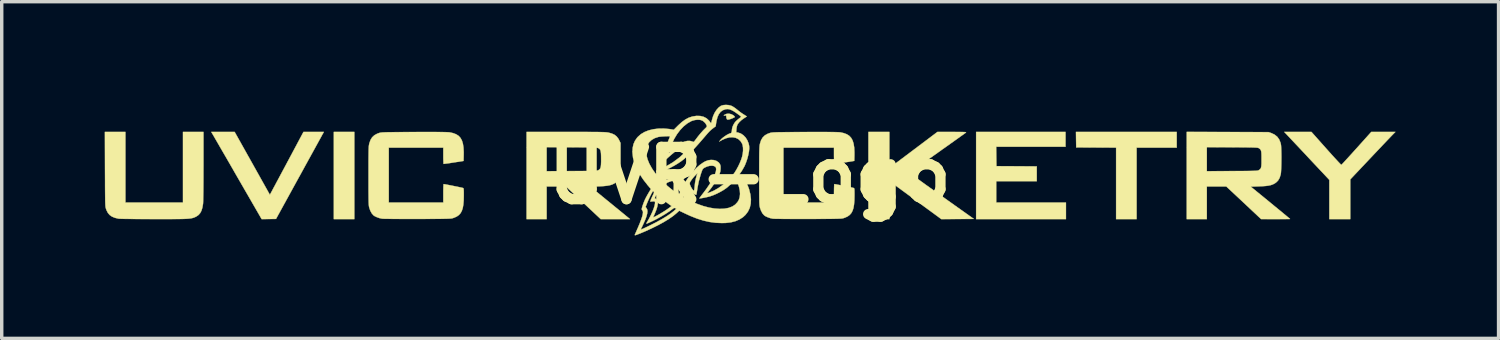
<source format=kicad_pcb>
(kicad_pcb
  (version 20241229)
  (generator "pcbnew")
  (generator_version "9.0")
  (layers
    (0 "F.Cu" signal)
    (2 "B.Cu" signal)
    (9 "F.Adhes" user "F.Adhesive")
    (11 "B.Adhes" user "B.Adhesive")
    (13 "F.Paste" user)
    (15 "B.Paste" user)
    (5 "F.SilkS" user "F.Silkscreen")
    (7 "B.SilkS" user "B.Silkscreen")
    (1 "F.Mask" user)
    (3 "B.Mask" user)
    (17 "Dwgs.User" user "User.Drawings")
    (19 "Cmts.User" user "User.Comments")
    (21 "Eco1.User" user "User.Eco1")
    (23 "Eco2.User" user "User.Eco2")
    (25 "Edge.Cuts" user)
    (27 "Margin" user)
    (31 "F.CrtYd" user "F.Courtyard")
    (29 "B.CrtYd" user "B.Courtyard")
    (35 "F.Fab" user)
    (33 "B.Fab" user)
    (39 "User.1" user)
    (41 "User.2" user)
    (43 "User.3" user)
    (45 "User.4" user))
  (footprint "UVR-Logo"
    (layer "F.Cu")
    (at 18.789 2.062)
    (property "Reference" "UVR-Logo" (at 0 0 0) (layer "F.SilkS") (effects (font (size 1.524 1.524) (thickness 0.3))))
    (attr through_hole)
    (fp_poly (pts (xy -11.519 1.27) (xy -12.116 1.27) (xy -12.116 -1.27) (xy -11.519 -1.27) (xy -11.519 1.27)) (stroke (width 0.01) (type solid)) (fill yes) (layer "F.SilkS"))
    (fp_poly (pts (xy 12.433 -0.813) (xy 11.265 -0.813) (xy 11.265 1.27) (xy 10.668 1.27) (xy 10.668 -0.813) (xy 9.506 -0.819) (xy 9.502 -1.045) (xy 9.499 -1.27) (xy 12.433 -1.27) (xy 12.433 -0.813)) (stroke (width 0.01) (type solid)) (fill yes) (layer "F.SilkS"))
    (fp_poly (pts (xy 9.195 -0.838) (xy 7.175 -0.838) (xy 7.182 -0.273) (xy 7.769 -0.27) (xy 8.357 -0.266) (xy 8.357 0.165) (xy 7.176 0.165) (xy 7.176 0.787) (xy 9.207 0.787) (xy 9.207 1.27) (xy 6.591 1.27) (xy 6.591 -1.27) (xy 9.195 -1.27) (xy 9.195 -0.838)) (stroke (width 0.01) (type solid)) (fill yes) (layer "F.SilkS"))
    (fp_poly (pts (xy -0.539 -1.785) (xy -0.481 -1.755) (xy -0.452 -1.729) (xy -0.44 -1.714) (xy -0.439 -1.703) (xy -0.453 -1.692) (xy -0.487 -1.676) (xy -0.497 -1.671) (xy -0.544 -1.652) (xy -0.589 -1.637) (xy -0.612 -1.632) (xy -0.645 -1.628) (xy -0.663 -1.636) (xy -0.672 -1.649) (xy -0.682 -1.68) (xy -0.686 -1.715) (xy -0.688 -1.743) (xy -0.699 -1.751) (xy -0.724 -1.748) (xy -0.753 -1.744) (xy -0.759 -1.749) (xy -0.743 -1.764) (xy -0.721 -1.778) (xy -0.666 -1.798) (xy -0.603 -1.8) (xy -0.539 -1.785)) (stroke (width 0.01) (type solid)) (fill yes) (layer "F.SilkS"))
    (fp_poly (pts (xy -12.433 -1.222) (xy -12.443 -1.205) (xy -12.464 -1.167) (xy -12.495 -1.109) (xy -12.537 -1.034) (xy -12.587 -0.943) (xy -12.645 -0.837) (xy -12.711 -0.717) (xy -12.783 -0.586) (xy -12.861 -0.445) (xy -12.944 -0.294) (xy -13.03 -0.137) (xy -13.12 0.027) (xy -13.13 0.044) (xy -13.8 1.264) (xy -14.009 1.267) (xy -14.218 1.27) (xy -14.92 0.054) (xy -15.014 -0.109) (xy -15.104 -0.266) (xy -15.191 -0.417) (xy -15.273 -0.559) (xy -15.35 -0.691) (xy -15.42 -0.812) (xy -15.482 -0.92) (xy -15.536 -1.013) (xy -15.581 -1.091) (xy -15.616 -1.152) (xy -15.64 -1.193) (xy -15.653 -1.215) (xy -15.654 -1.216) (xy -15.686 -1.27) (xy -15.345 -1.27) (xy -15.005 -1.27) (xy -14.492 -0.355) (xy -13.979 0.561) (xy -13.942 0.493) (xy -13.93 0.471) (xy -13.907 0.428) (xy -13.875 0.367) (xy -13.833 0.29) (xy -13.784 0.197) (xy -13.727 0.092) (xy -13.665 -0.025) (xy -13.598 -0.15) (xy -13.527 -0.282) (xy -13.454 -0.42) (xy -13.452 -0.422) (xy -13 -1.27) (xy -12.406 -1.27) (xy -12.433 -1.222)) (stroke (width 0.01) (type solid)) (fill yes) (layer "F.SilkS"))
    (fp_poly (pts (xy 18.706 -1.172) (xy 18.68 -1.145) (xy 18.639 -1.102) (xy 18.583 -1.044) (xy 18.516 -0.973) (xy 18.439 -0.892) (xy 18.353 -0.801) (xy 18.26 -0.703) (xy 18.163 -0.601) (xy 18.063 -0.495) (xy 18.049 -0.48) (xy 17.488 0.113) (xy 17.488 1.27) (xy 16.878 1.27) (xy 16.878 0.127) (xy 16.273 -0.517) (xy 16.171 -0.627) (xy 16.072 -0.732) (xy 15.979 -0.831) (xy 15.893 -0.922) (xy 15.816 -1.004) (xy 15.749 -1.075) (xy 15.694 -1.134) (xy 15.652 -1.178) (xy 15.625 -1.207) (xy 15.616 -1.216) (xy 15.565 -1.27) (xy 16.357 -1.27) (xy 16.786 -0.788) (xy 16.869 -0.695) (xy 16.948 -0.607) (xy 17.02 -0.528) (xy 17.085 -0.458) (xy 17.139 -0.399) (xy 17.182 -0.354) (xy 17.211 -0.324) (xy 17.226 -0.31) (xy 17.228 -0.31) (xy 17.238 -0.32) (xy 17.264 -0.346) (xy 17.304 -0.389) (xy 17.355 -0.445) (xy 17.417 -0.512) (xy 17.488 -0.59) (xy 17.565 -0.675) (xy 17.648 -0.767) (xy 17.67 -0.791) (xy 18.1 -1.27) (xy 18.451 -1.27) (xy 18.802 -1.27) (xy 18.706 -1.172)) (stroke (width 0.01) (type solid)) (fill yes) (layer "F.SilkS"))
    (fp_poly (pts (xy 4.064 -0.217) (xy 4.764 -0.743) (xy 5.464 -1.27) (xy 5.891 -1.27) (xy 6.007 -1.269) (xy 6.099 -1.269) (xy 6.171 -1.268) (xy 6.224 -1.267) (xy 6.261 -1.265) (xy 6.284 -1.263) (xy 6.296 -1.26) (xy 6.298 -1.255) (xy 6.293 -1.25) (xy 6.293 -1.25) (xy 6.279 -1.239) (xy 6.245 -1.215) (xy 6.195 -1.179) (xy 6.128 -1.132) (xy 6.048 -1.074) (xy 5.955 -1.008) (xy 5.851 -0.934) (xy 5.739 -0.854) (xy 5.618 -0.769) (xy 5.492 -0.679) (xy 5.48 -0.67) (xy 5.354 -0.581) (xy 5.233 -0.495) (xy 5.12 -0.414) (xy 5.015 -0.339) (xy 4.922 -0.272) (xy 4.84 -0.214) (xy 4.773 -0.165) (xy 4.721 -0.128) (xy 4.687 -0.102) (xy 4.671 -0.09) (xy 4.67 -0.09) (xy 4.667 -0.086) (xy 4.668 -0.08) (xy 4.672 -0.072) (xy 4.682 -0.061) (xy 4.699 -0.045) (xy 4.724 -0.024) (xy 4.759 0.003) (xy 4.803 0.036) (xy 4.859 0.078) (xy 4.929 0.128) (xy 5.012 0.188) (xy 5.11 0.259) (xy 5.226 0.341) (xy 5.358 0.436) (xy 5.51 0.544) (xy 5.585 0.597) (xy 6.523 1.264) (xy 5.577 1.27) (xy 4.824 0.717) (xy 4.07 0.164) (xy 4.067 0.717) (xy 4.064 1.27) (xy 3.454 1.27) (xy 3.454 -1.27) (xy 4.064 -1.27) (xy 4.064 -0.217)) (stroke (width 0.01) (type solid)) (fill yes) (layer "F.SilkS"))
    (fp_poly (pts (xy -18.186 0.787) (xy -16.51 0.787) (xy -16.51 -1.27) (xy -15.913 -1.27) (xy -15.913 -0.27) (xy -15.914 -0.1) (xy -15.914 0.061) (xy -15.915 0.212) (xy -15.916 0.352) (xy -15.917 0.477) (xy -15.919 0.587) (xy -15.921 0.678) (xy -15.922 0.75) (xy -15.924 0.8) (xy -15.926 0.826) (xy -15.945 0.936) (xy -15.972 1.024) (xy -16.009 1.094) (xy -16.056 1.148) (xy -16.116 1.19) (xy -16.129 1.197) (xy -16.155 1.21) (xy -16.181 1.221) (xy -16.208 1.231) (xy -16.237 1.239) (xy -16.271 1.246) (xy -16.312 1.252) (xy -16.361 1.257) (xy -16.419 1.261) (xy -16.49 1.264) (xy -16.574 1.266) (xy -16.674 1.267) (xy -16.791 1.268) (xy -16.927 1.269) (xy -17.085 1.269) (xy -17.264 1.269) (xy -17.359 1.269) (xy -17.514 1.268) (xy -17.664 1.268) (xy -17.805 1.267) (xy -17.936 1.266) (xy -18.054 1.264) (xy -18.157 1.263) (xy -18.244 1.262) (xy -18.312 1.26) (xy -18.359 1.258) (xy -18.382 1.257) (xy -18.382 1.257) (xy -18.49 1.232) (xy -18.576 1.197) (xy -18.644 1.15) (xy -18.697 1.088) (xy -18.738 1.009) (xy -18.748 0.979) (xy -18.753 0.964) (xy -18.758 0.949) (xy -18.762 0.933) (xy -18.765 0.913) (xy -18.768 0.889) (xy -18.77 0.858) (xy -18.772 0.819) (xy -18.774 0.769) (xy -18.775 0.708) (xy -18.776 0.633) (xy -18.777 0.543) (xy -18.778 0.437) (xy -18.779 0.311) (xy -18.779 0.166) (xy -18.78 -0.002) (xy -18.781 -0.187) (xy -18.784 -1.27) (xy -18.186 -1.27) (xy -18.186 0.787)) (stroke (width 0.01) (type solid)) (fill yes) (layer "F.SilkS"))
    (fp_poly (pts (xy 15.107 -1.264) (xy 15.191 -1.235) (xy 15.284 -1.191) (xy 15.361 -1.129) (xy 15.418 -1.049) (xy 15.457 -0.953) (xy 15.467 -0.908) (xy 15.473 -0.866) (xy 15.476 -0.803) (xy 15.479 -0.724) (xy 15.481 -0.633) (xy 15.482 -0.535) (xy 15.481 -0.434) (xy 15.48 -0.335) (xy 15.477 -0.242) (xy 15.474 -0.16) (xy 15.47 -0.093) (xy 15.464 -0.045) (xy 15.462 -0.033) (xy 15.431 0.067) (xy 15.385 0.146) (xy 15.325 0.205) (xy 15.278 0.236) (xy 15.229 0.26) (xy 15.175 0.279) (xy 15.11 0.293) (xy 15.033 0.304) (xy 14.938 0.311) (xy 14.822 0.316) (xy 14.816 0.316) (xy 14.589 0.324) (xy 15.162 0.792) (xy 15.266 0.878) (xy 15.364 0.958) (xy 15.455 1.032) (xy 15.535 1.099) (xy 15.605 1.156) (xy 15.661 1.203) (xy 15.703 1.238) (xy 15.728 1.259) (xy 15.735 1.266) (xy 15.723 1.267) (xy 15.688 1.268) (xy 15.634 1.268) (xy 15.564 1.269) (xy 15.479 1.269) (xy 15.384 1.27) (xy 15.313 1.27) (xy 14.891 1.269) (xy 14.384 0.793) (xy 13.876 0.318) (xy 13.31 0.318) (xy 13.31 1.27) (xy 12.725 1.27) (xy 12.725 -0.126) (xy 13.31 -0.126) (xy 14.05 -0.13) (xy 14.207 -0.131) (xy 14.34 -0.131) (xy 14.451 -0.132) (xy 14.544 -0.133) (xy 14.619 -0.135) (xy 14.678 -0.136) (xy 14.724 -0.138) (xy 14.759 -0.14) (xy 14.784 -0.143) (xy 14.802 -0.147) (xy 14.815 -0.151) (xy 14.824 -0.155) (xy 14.824 -0.156) (xy 14.851 -0.175) (xy 14.871 -0.194) (xy 14.885 -0.219) (xy 14.894 -0.252) (xy 14.9 -0.297) (xy 14.903 -0.359) (xy 14.903 -0.441) (xy 14.903 -0.476) (xy 14.903 -0.566) (xy 14.901 -0.635) (xy 14.897 -0.686) (xy 14.889 -0.723) (xy 14.876 -0.75) (xy 14.859 -0.771) (xy 14.835 -0.79) (xy 14.824 -0.797) (xy 14.816 -0.801) (xy 14.804 -0.806) (xy 14.787 -0.809) (xy 14.762 -0.812) (xy 14.729 -0.814) (xy 14.684 -0.816) (xy 14.626 -0.818) (xy 14.553 -0.819) (xy 14.463 -0.82) (xy 14.354 -0.821) (xy 14.223 -0.822) (xy 14.07 -0.823) (xy 14.05 -0.823) (xy 13.31 -0.826) (xy 13.31 -0.126) (xy 12.725 -0.126) (xy 12.725 -1.271) (xy 15.107 -1.264)) (stroke (width 0.01) (type solid)) (fill yes) (layer "F.SilkS"))
    (fp_poly (pts (xy -5.159 -1.27) (xy -4.982 -1.27) (xy -4.828 -1.27) (xy -4.694 -1.269) (xy -4.578 -1.268) (xy -4.48 -1.268) (xy -4.398 -1.267) (xy -4.33 -1.265) (xy -4.273 -1.264) (xy -4.228 -1.262) (xy -4.191 -1.259) (xy -4.162 -1.257) (xy -4.138 -1.253) (xy -4.118 -1.25) (xy -4.118 -1.25) (xy -4.02 -1.223) (xy -3.942 -1.187) (xy -3.881 -1.139) (xy -3.831 -1.075) (xy -3.807 -1.031) (xy -3.766 -0.947) (xy -3.766 -0.489) (xy -3.766 -0.358) (xy -3.766 -0.25) (xy -3.768 -0.161) (xy -3.771 -0.09) (xy -3.776 -0.033) (xy -3.783 0.013) (xy -3.792 0.049) (xy -3.804 0.079) (xy -3.82 0.105) (xy -3.839 0.131) (xy -3.856 0.151) (xy -3.9 0.196) (xy -3.948 0.232) (xy -4.005 0.26) (xy -4.073 0.282) (xy -4.155 0.297) (xy -4.256 0.308) (xy -4.377 0.315) (xy -4.409 0.316) (xy -4.646 0.324) (xy -4.188 0.699) (xy -4.089 0.779) (xy -3.993 0.858) (xy -3.901 0.933) (xy -3.816 1.002) (xy -3.742 1.063) (xy -3.679 1.114) (xy -3.632 1.153) (xy -3.609 1.172) (xy -3.49 1.27) (xy -4.342 1.27) (xy -5.358 0.318) (xy -5.918 0.318) (xy -5.918 1.27) (xy -6.502 1.27) (xy -6.502 -0.126) (xy -5.918 -0.126) (xy -5.185 -0.13) (xy -5.029 -0.131) (xy -4.897 -0.131) (xy -4.786 -0.132) (xy -4.694 -0.133) (xy -4.62 -0.135) (xy -4.56 -0.136) (xy -4.514 -0.138) (xy -4.479 -0.14) (xy -4.454 -0.143) (xy -4.435 -0.147) (xy -4.421 -0.151) (xy -4.411 -0.156) (xy -4.409 -0.156) (xy -4.383 -0.174) (xy -4.363 -0.196) (xy -4.349 -0.225) (xy -4.339 -0.267) (xy -4.334 -0.324) (xy -4.331 -0.399) (xy -4.331 -0.476) (xy -4.332 -0.57) (xy -4.335 -0.641) (xy -4.341 -0.695) (xy -4.351 -0.734) (xy -4.366 -0.762) (xy -4.387 -0.782) (xy -4.409 -0.796) (xy -4.419 -0.801) (xy -4.433 -0.805) (xy -4.45 -0.809) (xy -4.475 -0.812) (xy -4.508 -0.814) (xy -4.553 -0.816) (xy -4.61 -0.818) (xy -4.682 -0.819) (xy -4.771 -0.82) (xy -4.879 -0.821) (xy -5.008 -0.822) (xy -5.16 -0.823) (xy -5.185 -0.823) (xy -5.918 -0.826) (xy -5.918 -0.126) (xy -6.502 -0.126) (xy -6.502 -1.27) (xy -5.359 -1.27) (xy -5.159 -1.27)) (stroke (width 0.01) (type solid)) (fill yes) (layer "F.SilkS"))
    (fp_poly (pts (xy 2.157 -1.268) (xy 2.296 -1.267) (xy 2.413 -1.266) (xy 2.506 -1.264) (xy 2.575 -1.262) (xy 2.619 -1.259) (xy 2.632 -1.258) (xy 2.736 -1.235) (xy 2.824 -1.202) (xy 2.895 -1.157) (xy 2.951 -1.097) (xy 2.993 -1.021) (xy 3.022 -0.928) (xy 3.04 -0.815) (xy 3.046 -0.681) (xy 3.046 -0.597) (xy 3.042 -0.426) (xy 2.756 -0.38) (xy 2.674 -0.367) (xy 2.6 -0.356) (xy 2.538 -0.347) (xy 2.492 -0.341) (xy 2.466 -0.339) (xy 2.461 -0.339) (xy 2.458 -0.353) (xy 2.455 -0.388) (xy 2.453 -0.44) (xy 2.452 -0.506) (xy 2.451 -0.579) (xy 2.451 -0.813) (xy 0.864 -0.813) (xy 0.864 0.787) (xy 2.451 0.787) (xy 2.451 0.521) (xy 2.452 0.442) (xy 2.453 0.371) (xy 2.455 0.314) (xy 2.457 0.273) (xy 2.46 0.252) (xy 2.461 0.25) (xy 2.475 0.252) (xy 2.509 0.257) (xy 2.56 0.267) (xy 2.623 0.279) (xy 2.694 0.293) (xy 2.768 0.308) (xy 2.842 0.323) (xy 2.911 0.337) (xy 2.97 0.35) (xy 3.017 0.361) (xy 3.019 0.362) (xy 3.03 0.365) (xy 3.037 0.372) (xy 3.042 0.385) (xy 3.046 0.409) (xy 3.047 0.447) (xy 3.048 0.503) (xy 3.048 0.581) (xy 3.048 0.583) (xy 3.045 0.726) (xy 3.035 0.846) (xy 3.018 0.946) (xy 2.991 1.028) (xy 2.955 1.095) (xy 2.907 1.149) (xy 2.847 1.192) (xy 2.773 1.226) (xy 2.724 1.243) (xy 2.709 1.246) (xy 2.69 1.25) (xy 2.663 1.253) (xy 2.628 1.255) (xy 2.583 1.257) (xy 2.526 1.259) (xy 2.455 1.26) (xy 2.369 1.262) (xy 2.265 1.262) (xy 2.143 1.263) (xy 2 1.264) (xy 1.835 1.265) (xy 1.695 1.265) (xy 1.539 1.265) (xy 1.389 1.265) (xy 1.248 1.265) (xy 1.116 1.264) (xy 0.997 1.264) (xy 0.893 1.262) (xy 0.806 1.261) (xy 0.737 1.26) (xy 0.69 1.258) (xy 0.665 1.256) (xy 0.665 1.256) (xy 0.592 1.24) (xy 0.521 1.215) (xy 0.459 1.187) (xy 0.419 1.16) (xy 0.368 1.103) (xy 0.326 1.024) (xy 0.296 0.94) (xy 0.292 0.922) (xy 0.288 0.902) (xy 0.284 0.879) (xy 0.281 0.849) (xy 0.279 0.812) (xy 0.277 0.765) (xy 0.276 0.707) (xy 0.275 0.634) (xy 0.274 0.546) (xy 0.274 0.441) (xy 0.273 0.315) (xy 0.273 0.168) (xy 0.273 0.013) (xy 0.273 -0.156) (xy 0.273 -0.302) (xy 0.274 -0.426) (xy 0.274 -0.531) (xy 0.275 -0.618) (xy 0.276 -0.69) (xy 0.278 -0.749) (xy 0.28 -0.797) (xy 0.282 -0.835) (xy 0.285 -0.866) (xy 0.288 -0.892) (xy 0.293 -0.914) (xy 0.296 -0.93) (xy 0.328 -1.029) (xy 0.374 -1.107) (xy 0.437 -1.169) (xy 0.519 -1.215) (xy 0.591 -1.241) (xy 0.607 -1.245) (xy 0.626 -1.249) (xy 0.649 -1.252) (xy 0.679 -1.255) (xy 0.717 -1.257) (xy 0.765 -1.259) (xy 0.825 -1.261) (xy 0.899 -1.262) (xy 0.988 -1.263) (xy 1.094 -1.264) (xy 1.22 -1.265) (xy 1.367 -1.266) (xy 1.537 -1.267) (xy 1.607 -1.267) (xy 1.812 -1.268) (xy 1.995 -1.268) (xy 2.157 -1.268)) (stroke (width 0.01) (type solid)) (fill yes) (layer "F.SilkS"))
    (fp_poly (pts (xy -9.222 -1.268) (xy -9.083 -1.267) (xy -8.966 -1.266) (xy -8.873 -1.264) (xy -8.804 -1.262) (xy -8.76 -1.259) (xy -8.747 -1.258) (xy -8.643 -1.235) (xy -8.556 -1.202) (xy -8.484 -1.157) (xy -8.428 -1.097) (xy -8.386 -1.021) (xy -8.357 -0.928) (xy -8.34 -0.815) (xy -8.333 -0.681) (xy -8.334 -0.597) (xy -8.338 -0.425) (xy -8.623 -0.38) (xy -8.706 -0.367) (xy -8.779 -0.356) (xy -8.841 -0.348) (xy -8.887 -0.342) (xy -8.914 -0.339) (xy -8.919 -0.339) (xy -8.922 -0.353) (xy -8.924 -0.388) (xy -8.926 -0.44) (xy -8.928 -0.506) (xy -8.928 -0.579) (xy -8.928 -0.813) (xy -10.516 -0.813) (xy -10.516 0.787) (xy -8.928 0.787) (xy -8.928 0.521) (xy -8.928 0.442) (xy -8.926 0.371) (xy -8.925 0.314) (xy -8.922 0.273) (xy -8.919 0.252) (xy -8.919 0.25) (xy -8.905 0.252) (xy -8.87 0.257) (xy -8.819 0.267) (xy -8.756 0.279) (xy -8.685 0.293) (xy -8.611 0.308) (xy -8.537 0.323) (xy -8.468 0.337) (xy -8.409 0.35) (xy -8.363 0.361) (xy -8.36 0.362) (xy -8.349 0.365) (xy -8.342 0.372) (xy -8.337 0.385) (xy -8.334 0.409) (xy -8.332 0.447) (xy -8.331 0.503) (xy -8.331 0.581) (xy -8.331 0.583) (xy -8.334 0.726) (xy -8.344 0.846) (xy -8.361 0.946) (xy -8.388 1.028) (xy -8.424 1.095) (xy -8.472 1.149) (xy -8.532 1.192) (xy -8.606 1.226) (xy -8.655 1.243) (xy -8.67 1.246) (xy -8.69 1.25) (xy -8.716 1.253) (xy -8.751 1.255) (xy -8.796 1.257) (xy -8.853 1.259) (xy -8.924 1.26) (xy -9.01 1.262) (xy -9.114 1.262) (xy -9.236 1.263) (xy -9.379 1.264) (xy -9.544 1.265) (xy -9.684 1.265) (xy -9.84 1.265) (xy -9.99 1.265) (xy -10.132 1.265) (xy -10.263 1.264) (xy -10.382 1.264) (xy -10.486 1.262) (xy -10.573 1.261) (xy -10.642 1.26) (xy -10.689 1.258) (xy -10.714 1.256) (xy -10.714 1.256) (xy -10.787 1.24) (xy -10.858 1.215) (xy -10.92 1.187) (xy -10.961 1.16) (xy -11.011 1.103) (xy -11.054 1.024) (xy -11.083 0.94) (xy -11.088 0.922) (xy -11.092 0.902) (xy -11.095 0.879) (xy -11.098 0.849) (xy -11.1 0.812) (xy -11.102 0.766) (xy -11.103 0.707) (xy -11.104 0.635) (xy -11.105 0.548) (xy -11.106 0.442) (xy -11.106 0.318) (xy -11.106 0.171) (xy -11.106 0.006) (xy -11.106 -0.163) (xy -11.106 -0.308) (xy -11.106 -0.433) (xy -11.105 -0.537) (xy -11.104 -0.625) (xy -11.103 -0.697) (xy -11.102 -0.755) (xy -11.1 -0.802) (xy -11.098 -0.84) (xy -11.095 -0.87) (xy -11.091 -0.895) (xy -11.087 -0.916) (xy -11.083 -0.936) (xy -11.082 -0.938) (xy -11.048 -1.035) (xy -11 -1.113) (xy -10.935 -1.173) (xy -10.851 -1.219) (xy -10.789 -1.241) (xy -10.772 -1.245) (xy -10.753 -1.249) (xy -10.73 -1.252) (xy -10.7 -1.255) (xy -10.662 -1.257) (xy -10.614 -1.259) (xy -10.554 -1.261) (xy -10.481 -1.262) (xy -10.391 -1.263) (xy -10.285 -1.264) (xy -10.159 -1.265) (xy -10.012 -1.266) (xy -9.843 -1.267) (xy -9.773 -1.267) (xy -9.568 -1.268) (xy -9.384 -1.268) (xy -9.222 -1.268)) (stroke (width 0.01) (type solid)) (fill yes) (layer "F.SilkS"))
    (fp_poly (pts (xy -0.618 -2.051) (xy -0.545 -2.033) (xy -0.542 -2.032) (xy -0.493 -2.007) (xy -0.434 -1.968) (xy -0.369 -1.918) (xy -0.368 -1.917) (xy -0.313 -1.872) (xy -0.254 -1.828) (xy -0.199 -1.791) (xy -0.175 -1.776) (xy -0.135 -1.751) (xy -0.105 -1.732) (xy -0.09 -1.722) (xy -0.089 -1.721) (xy -0.099 -1.714) (xy -0.125 -1.696) (xy -0.162 -1.673) (xy -0.163 -1.672) (xy -0.239 -1.618) (xy -0.303 -1.559) (xy -0.35 -1.5) (xy -0.363 -1.476) (xy -0.376 -1.438) (xy -0.387 -1.386) (xy -0.391 -1.345) (xy -0.396 -1.261) (xy -0.347 -1.252) (xy -0.264 -1.224) (xy -0.189 -1.174) (xy -0.123 -1.106) (xy -0.071 -1.023) (xy -0.034 -0.928) (xy -0.02 -0.861) (xy -0.017 -0.79) (xy -0.025 -0.703) (xy -0.044 -0.604) (xy -0.07 -0.501) (xy -0.104 -0.397) (xy -0.143 -0.299) (xy -0.162 -0.26) (xy -0.235 -0.133) (xy -0.326 -0.003) (xy -0.43 0.125) (xy -0.543 0.242) (xy -0.657 0.345) (xy -0.69 0.37) (xy -0.772 0.426) (xy -0.868 0.481) (xy -0.971 0.533) (xy -1.072 0.576) (xy -1.163 0.607) (xy -1.17 0.609) (xy -1.22 0.622) (xy -1.277 0.635) (xy -1.335 0.647) (xy -1.389 0.657) (xy -1.433 0.664) (xy -1.462 0.668) (xy -1.471 0.667) (xy -1.465 0.656) (xy -1.446 0.629) (xy -1.417 0.59) (xy -1.38 0.542) (xy -1.372 0.532) (xy -1.273 0.401) (xy -1.188 0.277) (xy -1.116 0.163) (xy -1.059 0.059) (xy -1.017 -0.034) (xy -0.99 -0.113) (xy -0.98 -0.178) (xy -0.986 -0.227) (xy -1.002 -0.253) (xy -1.044 -0.277) (xy -1.1 -0.287) (xy -1.166 -0.283) (xy -1.238 -0.265) (xy -1.309 -0.234) (xy -1.328 -0.223) (xy -1.348 -0.21) (xy -1.363 -0.197) (xy -1.376 -0.179) (xy -1.389 -0.151) (xy -1.404 -0.11) (xy -1.424 -0.052) (xy -1.439 -0.004) (xy -1.489 0.179) (xy -1.524 0.357) (xy -1.525 0.362) (xy -1.535 0.427) (xy -1.544 0.484) (xy -1.551 0.528) (xy -1.556 0.553) (xy -1.557 0.556) (xy -1.57 0.561) (xy -1.598 0.552) (xy -1.636 0.533) (xy -1.68 0.506) (xy -1.724 0.474) (xy -1.739 0.461) (xy -1.788 0.419) (xy -1.797 0.486) (xy -1.807 0.55) (xy -1.821 0.612) (xy -1.835 0.662) (xy -1.837 0.668) (xy -1.833 0.679) (xy -1.813 0.696) (xy -1.773 0.719) (xy -1.712 0.749) (xy -1.7 0.755) (xy -1.525 0.83) (xy -1.353 0.89) (xy -1.187 0.934) (xy -1.028 0.961) (xy -0.878 0.972) (xy -0.741 0.966) (xy -0.617 0.943) (xy -0.51 0.902) (xy -0.505 0.9) (xy -0.425 0.846) (xy -0.359 0.774) (xy -0.322 0.713) (xy -0.295 0.632) (xy -0.285 0.537) (xy -0.292 0.435) (xy -0.315 0.333) (xy -0.344 0.24) (xy -0.265 0.145) (xy -0.225 0.099) (xy -0.198 0.072) (xy -0.181 0.063) (xy -0.175 0.066) (xy -0.152 0.106) (xy -0.123 0.162) (xy -0.092 0.227) (xy -0.062 0.295) (xy -0.037 0.357) (xy -0.022 0.4) (xy 0.016 0.552) (xy 0.032 0.693) (xy 0.025 0.824) (xy -0.003 0.943) (xy -0.055 1.051) (xy -0.128 1.147) (xy -0.2 1.213) (xy -0.302 1.279) (xy -0.418 1.329) (xy -0.55 1.363) (xy -0.7 1.381) (xy -0.815 1.384) (xy -0.995 1.376) (xy -1.174 1.352) (xy -1.355 1.311) (xy -1.542 1.252) (xy -1.739 1.174) (xy -1.882 1.108) (xy -2.056 1.025) (xy -2.135 1.097) (xy -2.237 1.181) (xy -2.363 1.268) (xy -2.509 1.357) (xy -2.674 1.447) (xy -2.856 1.537) (xy -3.052 1.627) (xy -3.196 1.687) (xy -3.262 1.713) (xy -3.307 1.73) (xy -3.335 1.738) (xy -3.349 1.737) (xy -3.351 1.729) (xy -3.349 1.724) (xy -3.342 1.707) (xy -3.326 1.672) (xy -3.304 1.622) (xy -3.282 1.57) (xy -3.175 1.57) (xy -3.164 1.57) (xy -3.131 1.558) (xy -3.077 1.534) (xy -3 1.498) (xy -2.901 1.45) (xy -2.898 1.448) (xy -2.72 1.358) (xy -2.561 1.27) (xy -2.423 1.187) (xy -2.308 1.109) (xy -2.215 1.036) (xy -2.2 1.022) (xy -2.141 0.969) (xy -2.171 0.953) (xy -2.195 0.944) (xy -2.216 0.951) (xy -2.234 0.963) (xy -2.338 1.04) (xy -2.46 1.12) (xy -2.592 1.199) (xy -2.726 1.273) (xy -2.84 1.329) (xy -2.911 1.362) (xy -2.961 1.385) (xy -2.993 1.397) (xy -3.009 1.401) (xy -3.013 1.394) (xy -3.006 1.379) (xy -2.992 1.354) (xy -2.985 1.343) (xy -2.929 1.244) (xy -2.916 1.219) (xy -2.811 1.219) (xy -2.811 1.219) (xy -2.797 1.214) (xy -2.766 1.198) (xy -2.723 1.176) (xy -2.685 1.155) (xy -2.621 1.119) (xy -2.55 1.076) (xy -2.477 1.031) (xy -2.41 0.986) (xy -2.353 0.946) (xy -2.312 0.915) (xy -2.311 0.915) (xy -2.28 0.888) (xy -2.311 0.866) (xy -2.352 0.837) (xy -2.403 0.8) (xy -2.46 0.757) (xy -2.517 0.713) (xy -2.571 0.671) (xy -2.617 0.634) (xy -2.626 0.627) (xy -1.946 0.627) (xy -1.945 0.629) (xy -1.93 0.634) (xy -1.914 0.616) (xy -1.907 0.603) (xy -1.898 0.576) (xy -1.889 0.535) (xy -1.88 0.49) (xy -1.874 0.447) (xy -1.871 0.413) (xy -1.872 0.397) (xy -1.872 0.397) (xy -1.881 0.4) (xy -1.884 0.408) (xy -1.889 0.428) (xy -1.901 0.465) (xy -1.916 0.511) (xy -1.92 0.524) (xy -1.934 0.57) (xy -1.943 0.606) (xy -1.946 0.627) (xy -2.626 0.627) (xy -2.65 0.606) (xy -2.666 0.592) (xy -2.695 0.566) (xy -2.717 0.563) (xy -2.736 0.583) (xy -2.747 0.604) (xy -2.764 0.643) (xy -2.767 0.664) (xy -2.757 0.673) (xy -2.75 0.673) (xy -2.731 0.682) (xy -2.707 0.705) (xy -2.706 0.707) (xy -2.684 0.754) (xy -2.68 0.819) (xy -2.694 0.902) (xy -2.725 1.003) (xy -2.774 1.123) (xy -2.779 1.133) (xy -2.797 1.175) (xy -2.808 1.205) (xy -2.811 1.219) (xy -2.916 1.219) (xy -2.879 1.146) (xy -2.836 1.052) (xy -2.802 0.965) (xy -2.777 0.889) (xy -2.763 0.827) (xy -2.761 0.782) (xy -2.763 0.772) (xy -2.771 0.757) (xy -2.787 0.751) (xy -2.818 0.752) (xy -2.835 0.754) (xy -2.898 0.761) (xy -2.89 0.727) (xy -2.881 0.7) (xy -2.863 0.658) (xy -2.84 0.608) (xy -2.832 0.591) (xy -2.807 0.538) (xy -2.794 0.503) (xy -2.792 0.481) (xy -2.796 0.474) (xy -2.813 0.459) (xy -2.82 0.457) (xy -2.83 0.468) (xy -2.849 0.498) (xy -2.873 0.543) (xy -2.901 0.598) (xy -2.93 0.66) (xy -2.959 0.723) (xy -2.985 0.784) (xy -2.99 0.797) (xy -3.037 0.915) (xy -3.011 0.948) (xy -2.99 0.989) (xy -2.982 1.042) (xy -2.99 1.109) (xy -3.011 1.192) (xy -3.048 1.291) (xy -3.1 1.408) (xy -3.106 1.421) (xy -3.132 1.476) (xy -3.154 1.522) (xy -3.169 1.555) (xy -3.175 1.569) (xy -3.175 1.57) (xy -3.282 1.57) (xy -3.278 1.562) (xy -3.264 1.53) (xy -3.209 1.4) (xy -3.167 1.29) (xy -3.136 1.2) (xy -3.118 1.129) (xy -3.112 1.075) (xy -3.117 1.037) (xy -3.131 1.016) (xy -3.143 1.002) (xy -3.148 0.983) (xy -3.145 0.954) (xy -3.133 0.911) (xy -3.113 0.85) (xy -3.11 0.842) (xy -3.082 0.766) (xy -3.053 0.698) (xy -3.019 0.63) (xy -2.978 0.556) (xy -2.944 0.498) (xy -2.881 0.393) (xy -2.975 0.282) (xy -3 0.249) (xy -2.466 0.249) (xy -2.347 0.347) (xy -2.301 0.384) (xy -2.262 0.415) (xy -2.235 0.436) (xy -2.223 0.444) (xy -2.223 0.444) (xy -2.22 0.432) (xy -2.218 0.4) (xy -2.216 0.353) (xy -2.215 0.298) (xy -2.215 0.235) (xy -2.216 0.193) (xy -2.22 0.168) (xy -2.226 0.156) (xy -2.234 0.152) (xy -2.235 0.152) (xy -2.265 0.157) (xy -2.308 0.171) (xy -2.357 0.188) (xy -2.402 0.207) (xy -2.433 0.224) (xy -2.436 0.227) (xy -2.466 0.249) (xy -3 0.249) (xy -3.073 0.157) (xy -2.55 0.157) (xy -2.548 0.163) (xy -2.541 0.173) (xy -2.533 0.176) (xy -2.518 0.172) (xy -2.491 0.158) (xy -2.45 0.137) (xy -2.394 0.111) (xy -2.329 0.087) (xy -2.288 0.074) (xy -2.203 0.051) (xy -2.29 0.058) (xy -2.351 0.066) (xy -2.411 0.08) (xy -2.465 0.098) (xy -2.509 0.117) (xy -2.539 0.138) (xy -2.55 0.157) (xy -3.073 0.157) (xy -3.108 0.111) (xy -3.217 -0.053) (xy -3.303 -0.212) (xy -3.364 -0.367) (xy -3.402 -0.518) (xy -3.418 -0.666) (xy -3.418 -0.688) (xy -3.418 -0.7) (xy -3.021 -0.7) (xy -3.01 -0.589) (xy -2.979 -0.47) (xy -2.928 -0.345) (xy -2.855 -0.214) (xy -2.822 -0.162) (xy -2.795 -0.125) (xy -2.762 -0.08) (xy -2.726 -0.033) (xy -2.69 0.013) (xy -2.657 0.053) (xy -2.631 0.084) (xy -2.615 0.1) (xy -2.612 0.101) (xy -2.601 0.096) (xy -2.572 0.082) (xy -2.532 0.063) (xy -2.523 0.058) (xy -2.437 0.016) (xy -2.481 0.008) (xy -2.519 -0.004) (xy -2.568 -0.024) (xy -2.62 -0.049) (xy -2.669 -0.075) (xy -2.707 -0.099) (xy -2.719 -0.11) (xy -2.523 -0.11) (xy -2.522 -0.097) (xy -2.497 -0.089) (xy -2.447 -0.085) (xy -2.373 -0.084) (xy -2.343 -0.084) (xy -2.268 -0.085) (xy -2.208 -0.09) (xy -2.156 -0.098) (xy -2.102 -0.112) (xy -2.079 -0.119) (xy -2.029 -0.134) (xy -1.987 -0.145) (xy -1.961 -0.152) (xy -1.955 -0.152) (xy -1.952 -0.143) (xy -1.96 -0.119) (xy -1.963 -0.113) (xy -1.993 -0.047) (xy -2.023 0.03) (xy -2.05 0.109) (xy -2.07 0.184) (xy -2.082 0.244) (xy -2.082 0.245) (xy -2.086 0.297) (xy -2.086 0.356) (xy -2.083 0.417) (xy -2.078 0.473) (xy -2.07 0.515) (xy -2.062 0.536) (xy -2.055 0.531) (xy -2.041 0.506) (xy -2.023 0.467) (xy -2.014 0.443) (xy -1.989 0.385) (xy -1.955 0.318) (xy -1.918 0.25) (xy -1.903 0.226) (xy -1.752 0.226) (xy -1.747 0.258) (xy -1.731 0.299) (xy -1.71 0.342) (xy -1.685 0.384) (xy -1.661 0.417) (xy -1.639 0.437) (xy -1.626 0.439) (xy -1.621 0.424) (xy -1.615 0.39) (xy -1.61 0.344) (xy -1.608 0.325) (xy -1.596 0.214) (xy -1.576 0.106) (xy -1.551 0.011) (xy -1.543 -0.013) (xy -1.523 -0.07) (xy -1.575 -0.019) (xy -1.617 0.025) (xy -1.659 0.075) (xy -1.697 0.125) (xy -1.728 0.171) (xy -1.747 0.207) (xy -1.752 0.226) (xy -1.903 0.226) (xy -1.895 0.212) (xy -1.784 0.047) (xy -1.675 -0.093) (xy -1.567 -0.211) (xy -1.459 -0.307) (xy -1.35 -0.383) (xy -1.296 -0.413) (xy -1.215 -0.443) (xy -1.131 -0.455) (xy -1.051 -0.45) (xy -0.978 -0.428) (xy -0.918 -0.389) (xy -0.902 -0.374) (xy -0.875 -0.338) (xy -0.859 -0.303) (xy -0.852 -0.261) (xy -0.852 -0.203) (xy -0.853 -0.181) (xy -0.86 -0.12) (xy -0.876 -0.062) (xy -0.903 0) (xy -0.947 0.085) (xy -1.001 0.178) (xy -1.059 0.27) (xy -1.116 0.352) (xy -1.152 0.399) (xy -1.194 0.45) (xy -1.221 0.485) (xy -1.234 0.505) (xy -1.233 0.512) (xy -1.219 0.51) (xy -1.193 0.502) (xy -1.176 0.496) (xy -1.05 0.442) (xy -0.92 0.368) (xy -0.792 0.277) (xy -0.669 0.173) (xy -0.557 0.059) (xy -0.461 -0.06) (xy -0.447 -0.08) (xy -0.392 -0.168) (xy -0.337 -0.269) (xy -0.288 -0.374) (xy -0.248 -0.475) (xy -0.227 -0.54) (xy -0.207 -0.63) (xy -0.197 -0.722) (xy -0.198 -0.808) (xy -0.209 -0.882) (xy -0.224 -0.927) (xy -0.272 -1.004) (xy -0.335 -1.061) (xy -0.411 -1.098) (xy -0.497 -1.115) (xy -0.592 -1.111) (xy -0.695 -1.085) (xy -0.802 -1.039) (xy -0.823 -1.027) (xy -0.891 -0.989) (xy -0.861 -1.029) (xy -0.829 -1.064) (xy -0.784 -1.103) (xy -0.73 -1.143) (xy -0.675 -1.179) (xy -0.622 -1.208) (xy -0.578 -1.227) (xy -0.554 -1.232) (xy -0.54 -1.244) (xy -0.528 -1.274) (xy -0.522 -1.317) (xy -0.521 -1.341) (xy -0.513 -1.385) (xy -0.495 -1.44) (xy -0.468 -1.496) (xy -0.437 -1.545) (xy -0.422 -1.564) (xy -0.386 -1.6) (xy -0.341 -1.639) (xy -0.316 -1.658) (xy -0.283 -1.684) (xy -0.261 -1.704) (xy -0.254 -1.712) (xy -0.264 -1.724) (xy -0.289 -1.745) (xy -0.315 -1.765) (xy -0.403 -1.828) (xy -0.476 -1.876) (xy -0.538 -1.908) (xy -0.591 -1.928) (xy -0.64 -1.936) (xy -0.688 -1.933) (xy -0.712 -1.929) (xy -0.788 -1.901) (xy -0.852 -1.854) (xy -0.904 -1.786) (xy -0.944 -1.697) (xy -0.972 -1.586) (xy -0.981 -1.533) (xy -0.995 -1.433) (xy -1.063 -1.383) (xy -1.104 -1.351) (xy -1.142 -1.319) (xy -1.179 -1.283) (xy -1.221 -1.238) (xy -1.271 -1.18) (xy -1.314 -1.13) (xy -1.399 -1.031) (xy -1.485 -0.932) (xy -1.572 -0.835) (xy -1.655 -0.744) (xy -1.733 -0.661) (xy -1.803 -0.588) (xy -1.863 -0.529) (xy -1.91 -0.485) (xy -1.924 -0.474) (xy -2.009 -0.409) (xy -2.101 -0.348) (xy -2.205 -0.286) (xy -2.327 -0.221) (xy -2.387 -0.191) (xy -2.455 -0.156) (xy -2.5 -0.129) (xy -2.523 -0.11) (xy -2.719 -0.11) (xy -2.722 -0.112) (xy -2.731 -0.124) (xy -2.73 -0.134) (xy -2.716 -0.145) (xy -2.683 -0.159) (xy -2.651 -0.171) (xy -2.441 -0.266) (xy -2.241 -0.384) (xy -2.052 -0.524) (xy -1.878 -0.684) (xy -1.779 -0.79) (xy -1.76 -0.815) (xy -1.758 -0.832) (xy -1.766 -0.846) (xy -1.783 -0.858) (xy -1.812 -0.862) (xy -1.849 -0.86) (xy -1.916 -0.846) (xy -1.99 -0.816) (xy -2.073 -0.769) (xy -2.165 -0.705) (xy -2.269 -0.621) (xy -2.368 -0.535) (xy -2.412 -0.495) (xy -2.449 -0.464) (xy -2.475 -0.444) (xy -2.486 -0.437) (xy -2.486 -0.437) (xy -2.488 -0.453) (xy -2.486 -0.489) (xy -2.48 -0.539) (xy -2.472 -0.599) (xy -2.464 -0.649) (xy -2.36 -0.649) (xy -2.263 -0.748) (xy -2.216 -0.793) (xy -2.168 -0.836) (xy -2.127 -0.87) (xy -2.108 -0.885) (xy -2.008 -0.945) (xy -1.913 -0.986) (xy -1.824 -1.007) (xy -1.745 -1.008) (xy -1.701 -0.998) (xy -1.666 -0.986) (xy -1.642 -0.979) (xy -1.636 -0.978) (xy -1.625 -0.987) (xy -1.604 -1.012) (xy -1.579 -1.045) (xy -1.505 -1.143) (xy -1.43 -1.234) (xy -1.36 -1.312) (xy -1.315 -1.357) (xy -1.279 -1.392) (xy -1.259 -1.415) (xy -1.251 -1.432) (xy -1.253 -1.449) (xy -1.259 -1.464) (xy -1.299 -1.53) (xy -1.358 -1.584) (xy -1.388 -1.602) (xy -1.447 -1.621) (xy -1.52 -1.625) (xy -1.599 -1.617) (xy -1.678 -1.595) (xy -1.708 -1.583) (xy -1.82 -1.519) (xy -1.928 -1.432) (xy -2.029 -1.326) (xy -2.122 -1.203) (xy -2.204 -1.066) (xy -2.274 -0.917) (xy -2.329 -0.76) (xy -2.336 -0.736) (xy -2.36 -0.649) (xy -2.464 -0.649) (xy -2.462 -0.665) (xy -2.451 -0.73) (xy -2.439 -0.789) (xy -2.432 -0.819) (xy -2.414 -0.887) (xy -2.393 -0.958) (xy -2.371 -1.022) (xy -2.363 -1.041) (xy -2.345 -1.086) (xy -2.331 -1.12) (xy -2.325 -1.138) (xy -2.324 -1.14) (xy -2.336 -1.143) (xy -2.367 -1.145) (xy -2.413 -1.144) (xy -2.467 -1.142) (xy -2.525 -1.139) (xy -2.58 -1.135) (xy -2.628 -1.13) (xy -2.662 -1.124) (xy -2.664 -1.124) (xy -2.772 -1.088) (xy -2.861 -1.036) (xy -2.931 -0.971) (xy -2.981 -0.892) (xy -3.011 -0.801) (xy -3.021 -0.7) (xy -3.418 -0.7) (xy -3.411 -0.81) (xy -3.388 -0.915) (xy -3.346 -1.01) (xy -3.285 -1.099) (xy -3.259 -1.128) (xy -3.173 -1.204) (xy -3.067 -1.267) (xy -2.946 -1.315) (xy -2.81 -1.348) (xy -2.663 -1.366) (xy -2.508 -1.368) (xy -2.347 -1.354) (xy -2.294 -1.346) (xy -2.215 -1.332) (xy -2.089 -1.458) (xy -1.981 -1.556) (xy -1.878 -1.631) (xy -1.776 -1.685) (xy -1.671 -1.719) (xy -1.562 -1.736) (xy -1.555 -1.737) (xy -1.444 -1.734) (xy -1.346 -1.71) (xy -1.261 -1.666) (xy -1.192 -1.602) (xy -1.171 -1.575) (xy -1.15 -1.546) (xy -1.134 -1.527) (xy -1.13 -1.524) (xy -1.125 -1.536) (xy -1.115 -1.566) (xy -1.105 -1.609) (xy -1.102 -1.622) (xy -1.07 -1.727) (xy -1.027 -1.823) (xy -0.973 -1.908) (xy -0.913 -1.976) (xy -0.848 -2.025) (xy -0.832 -2.033) (xy -0.77 -2.051) (xy -0.696 -2.057) (xy -0.618 -2.051)) (stroke (width 0.01) (type solid)) (fill yes) (layer "F.SilkS")))
  (gr_rect
    (start -3 -3)
    (end 40.596 6.805)
    (stroke (width 0.1) (type default))
    (fill no)
    (layer "Edge.Cuts")))
</source>
